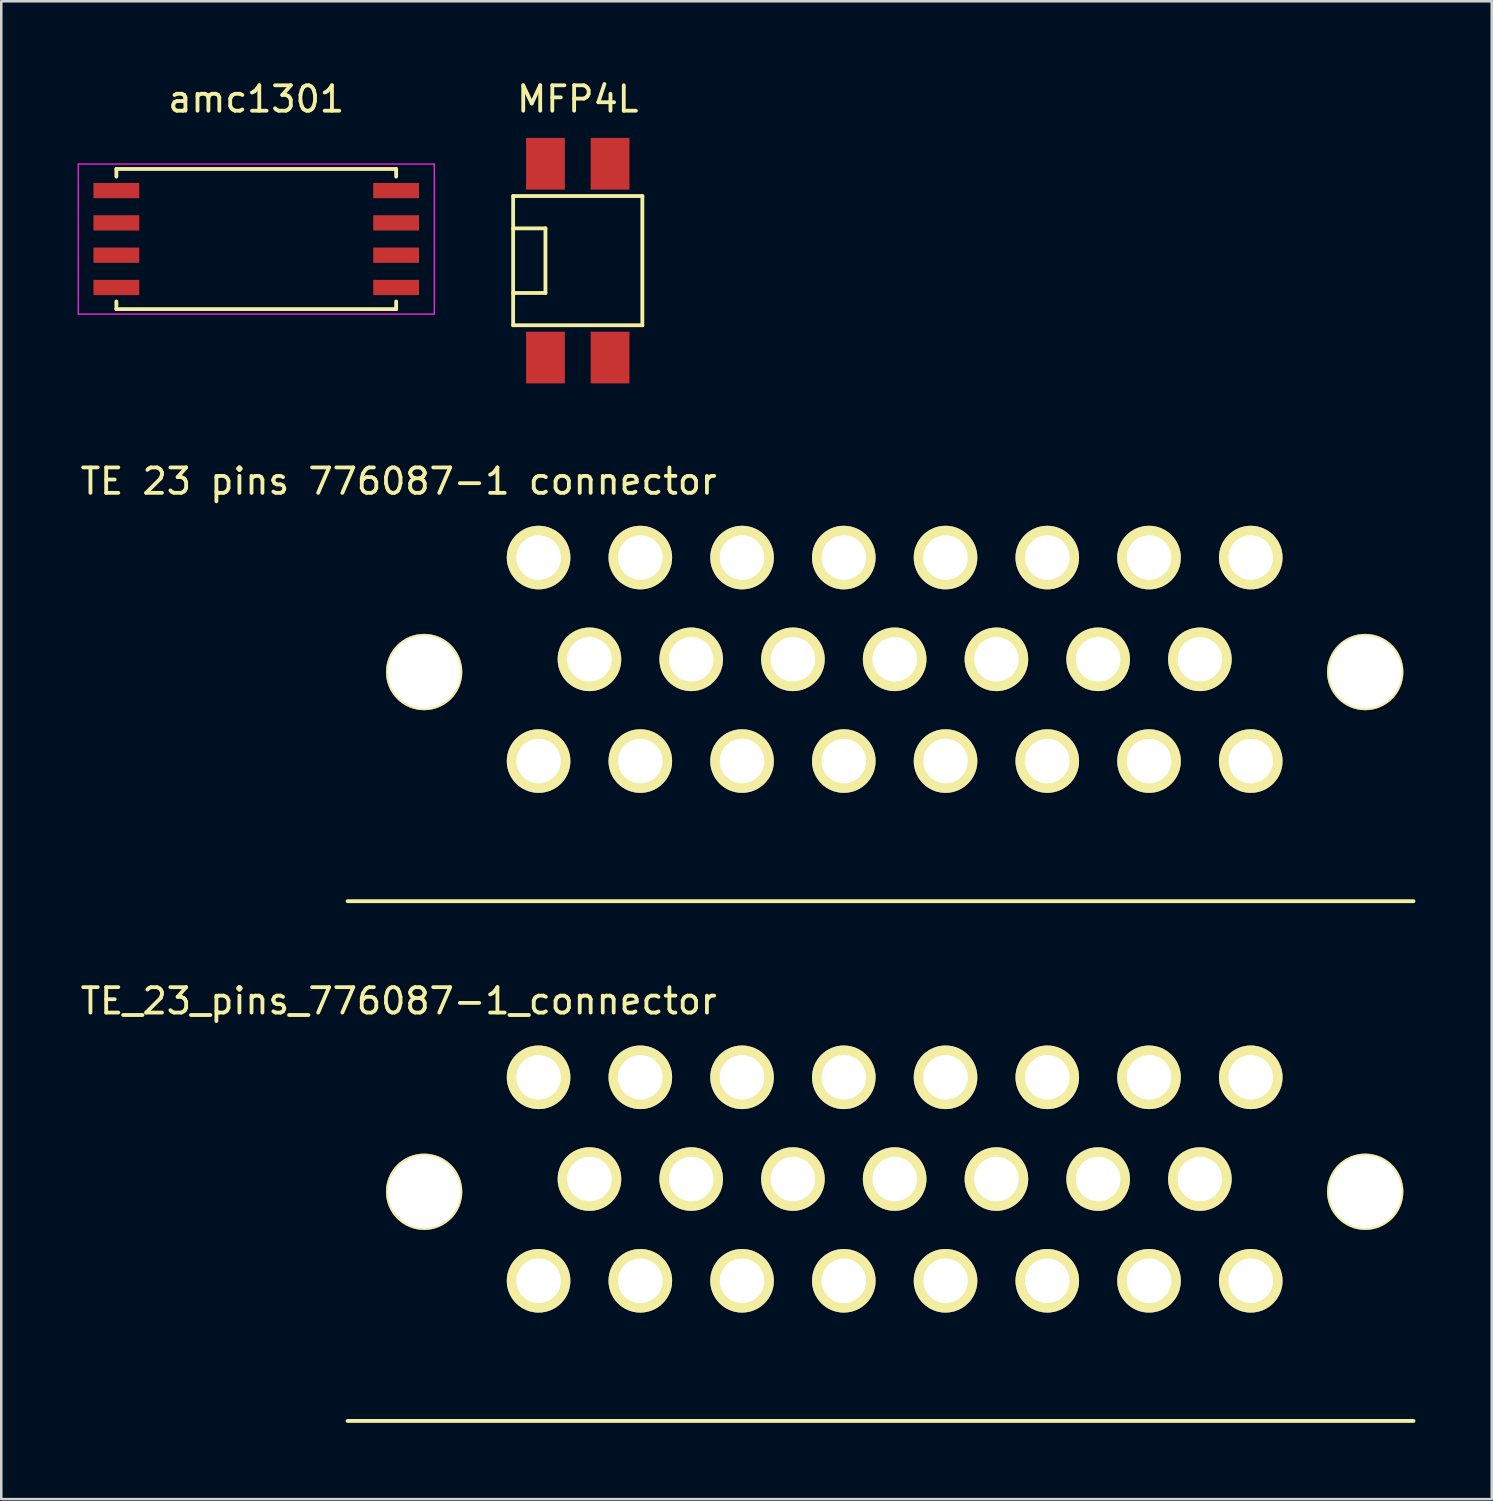
<source format=kicad_pcb>
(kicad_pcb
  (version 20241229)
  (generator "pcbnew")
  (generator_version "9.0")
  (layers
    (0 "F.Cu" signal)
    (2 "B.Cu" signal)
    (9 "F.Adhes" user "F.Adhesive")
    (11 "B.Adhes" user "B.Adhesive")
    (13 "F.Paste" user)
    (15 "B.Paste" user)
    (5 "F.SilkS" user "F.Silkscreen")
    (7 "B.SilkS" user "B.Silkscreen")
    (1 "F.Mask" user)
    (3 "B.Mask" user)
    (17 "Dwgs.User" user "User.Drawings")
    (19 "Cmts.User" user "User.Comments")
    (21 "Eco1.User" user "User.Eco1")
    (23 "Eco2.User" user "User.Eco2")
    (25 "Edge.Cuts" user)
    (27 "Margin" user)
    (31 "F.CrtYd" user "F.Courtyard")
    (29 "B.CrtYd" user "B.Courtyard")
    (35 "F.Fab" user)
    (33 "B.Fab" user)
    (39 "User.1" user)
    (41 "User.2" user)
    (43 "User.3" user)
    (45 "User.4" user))
  (footprint "amc1301"
    (layer "F.Cu")
    (at 7.025 6.348)
    (property "Reference" "amc1301" (at 0 -5.5 0) (layer "F.SilkS") (effects (font (size 1 1) (thickness 0.15))))
    (attr smd)
    (fp_line (start -5.5 -2.755) (end -5.5 -2.455) (stroke (width 0.15) (type solid)) (layer "F.SilkS"))
    (fp_line (start -5.5 -2.755) (end 5.5 -2.755) (stroke (width 0.15) (type solid)) (layer "F.SilkS"))
    (fp_line (start -5.5 2.755) (end -5.5 2.455) (stroke (width 0.15) (type solid)) (layer "F.SilkS"))
    (fp_line (start -5.5 2.755) (end 5.5 2.755) (stroke (width 0.15) (type solid)) (layer "F.SilkS"))
    (fp_line (start 5.5 -2.755) (end 5.5 -2.455) (stroke (width 0.15) (type solid)) (layer "F.SilkS"))
    (fp_line (start 5.5 2.755) (end 5.5 2.455) (stroke (width 0.15) (type solid)) (layer "F.SilkS"))
    (fp_line (start -7 -2.95) (end -7 2.95) (stroke (width 0.05) (type solid)) (layer "F.CrtYd"))
    (fp_line (start -7 -2.95) (end 7 -2.95) (stroke (width 0.05) (type solid)) (layer "F.CrtYd"))
    (fp_line (start -7 2.95) (end 7 2.95) (stroke (width 0.05) (type solid)) (layer "F.CrtYd"))
    (fp_line (start 7 -2.95) (end 7 2.95) (stroke (width 0.05) (type solid)) (layer "F.CrtYd"))
    (pad "1" smd rect (at -5.5 -1.905) (size 1.8 0.6) (layers "F.Cu" "F.Mask" "F.Paste"))
    (pad "2" smd rect (at -5.5 -0.635) (size 1.8 0.6) (layers "F.Cu" "F.Mask" "F.Paste"))
    (pad "3" smd rect (at -5.5 0.635) (size 1.8 0.6) (layers "F.Cu" "F.Mask" "F.Paste"))
    (pad "4" smd rect (at -5.5 1.905) (size 1.8 0.6) (layers "F.Cu" "F.Mask" "F.Paste"))
    (pad "5" smd rect (at 5.5 1.905) (size 1.8 0.6) (layers "F.Cu" "F.Mask" "F.Paste"))
    (pad "6" smd rect (at 5.5 0.635) (size 1.8 0.6) (layers "F.Cu" "F.Mask" "F.Paste"))
    (pad "7" smd rect (at 5.5 -0.635) (size 1.8 0.6) (layers "F.Cu" "F.Mask" "F.Paste"))
    (pad "8" smd rect (at 5.5 -1.905) (size 1.8 0.6) (layers "F.Cu" "F.Mask" "F.Paste")))
  (footprint "MFP4L"
    (layer "F.Cu")
    (at 19.665 7.198)
    (property "Reference" "MFP4L" (at 0 -6.35 0) (layer "F.SilkS") (effects (font (size 1 1) (thickness 0.15))))
    (attr smd)
    (fp_line (start -2.54 -2.54) (end -2.54 2.54) (stroke (width 0.15) (type solid)) (layer "F.SilkS"))
    (fp_line (start -2.54 -2.54) (end 2.54 -2.54) (stroke (width 0.15) (type solid)) (layer "F.SilkS"))
    (fp_line (start -2.54 -1.27) (end -1.27 -1.27) (stroke (width 0.15) (type solid)) (layer "F.SilkS"))
    (fp_line (start -1.27 -1.27) (end -1.27 1.27) (stroke (width 0.15) (type solid)) (layer "F.SilkS"))
    (fp_line (start -1.27 1.27) (end -2.54 1.27) (stroke (width 0.15) (type solid)) (layer "F.SilkS"))
    (fp_line (start 2.54 2.54) (end -2.54 2.54) (stroke (width 0.15) (type solid)) (layer "F.SilkS"))
    (fp_line (start 2.54 2.54) (end 2.54 -2.54) (stroke (width 0.15) (type solid)) (layer "F.SilkS"))
    (pad "1" smd rect (at -1.27 3.81) (size 1.524 2.032) (layers "F.Cu" "F.Mask" "F.Paste"))
    (pad "2" smd rect (at 1.27 3.81) (size 1.524 2.032) (layers "F.Cu" "F.Mask" "F.Paste"))
    (pad "3" smd rect (at 1.27 -3.81) (size 1.524 2.032) (layers "F.Cu" "F.Mask" "F.Paste"))
    (pad "4" smd rect (at -1.27 -3.81) (size 1.524 2.032) (layers "F.Cu" "F.Mask" "F.Paste")))
  (footprint "TE 23 pins 776087-1 connector"
    (layer "F.Cu")
    (at 32.125 22.872)
    (property "Reference" "TE 23 pins 776087-1 connector" (at -19.5 -7 0) (layer "F.SilkS") (effects (font (size 1 1) (thickness 0.15))))
    (attr through_hole)
    (fp_line (start -21.51 9.51) (end 20.4 9.51) (stroke (width 0.15) (type solid)) (layer "F.SilkS"))
    (pad "" np_thru_hole circle (at -18.5 0.5) (size 3 3) (drill 2.85) (layers "*.Cu" "*.Mask" "F.SilkS"))
    (pad "" np_thru_hole circle (at 18.5 0.5) (size 3 3) (drill 2.85) (layers "*.Cu" "*.Mask" "F.SilkS"))
    (pad "1" thru_hole circle (at -14 -4) (size 2.5 2.5) (drill 1.75) (layers "*.Cu" "*.Mask" "F.SilkS"))
    (pad "2" thru_hole circle (at -10 -4) (size 2.5 2.5) (drill 1.75) (layers "*.Cu" "*.Mask" "F.SilkS"))
    (pad "3" thru_hole circle (at -6 -4) (size 2.5 2.5) (drill 1.75) (layers "*.Cu" "*.Mask" "F.SilkS"))
    (pad "4" thru_hole circle (at -2 -4) (size 2.5 2.5) (drill 1.75) (layers "*.Cu" "*.Mask" "F.SilkS"))
    (pad "5" thru_hole circle (at 2 -4) (size 2.5 2.5) (drill 1.75) (layers "*.Cu" "*.Mask" "F.SilkS"))
    (pad "6" thru_hole circle (at 6 -4) (size 2.5 2.5) (drill 1.75) (layers "*.Cu" "*.Mask" "F.SilkS"))
    (pad "7" thru_hole circle (at 10 -4) (size 2.5 2.5) (drill 1.75) (layers "*.Cu" "*.Mask" "F.SilkS"))
    (pad "8" thru_hole circle (at 14 -4) (size 2.5 2.5) (drill 1.75) (layers "*.Cu" "*.Mask" "F.SilkS"))
    (pad "9" thru_hole circle (at -12 0) (size 2.5 2.5) (drill 1.75) (layers "*.Cu" "*.Mask" "F.SilkS"))
    (pad "10" thru_hole circle (at -8 0) (size 2.5 2.5) (drill 1.75) (layers "*.Cu" "*.Mask" "F.SilkS"))
    (pad "11" thru_hole circle (at -4 0) (size 2.5 2.5) (drill 1.75) (layers "*.Cu" "*.Mask" "F.SilkS"))
    (pad "12" thru_hole circle (at 0 0) (size 2.5 2.5) (drill 1.75) (layers "*.Cu" "*.Mask" "F.SilkS"))
    (pad "13" thru_hole circle (at 4 0) (size 2.5 2.5) (drill 1.75) (layers "*.Cu" "*.Mask" "F.SilkS"))
    (pad "14" thru_hole circle (at 8 0) (size 2.5 2.5) (drill 1.75) (layers "*.Cu" "*.Mask" "F.SilkS"))
    (pad "15" thru_hole circle (at 12 0) (size 2.5 2.5) (drill 1.75) (layers "*.Cu" "*.Mask" "F.SilkS"))
    (pad "16" thru_hole circle (at -14 4) (size 2.5 2.5) (drill 1.75) (layers "*.Cu" "*.Mask" "F.SilkS"))
    (pad "17" thru_hole circle (at -10 4) (size 2.5 2.5) (drill 1.75) (layers "*.Cu" "*.Mask" "F.SilkS"))
    (pad "18" thru_hole circle (at -6 4) (size 2.5 2.5) (drill 1.75) (layers "*.Cu" "*.Mask" "F.SilkS"))
    (pad "19" thru_hole circle (at -2 4) (size 2.5 2.5) (drill 1.75) (layers "*.Cu" "*.Mask" "F.SilkS"))
    (pad "20" thru_hole circle (at 2 4) (size 2.5 2.5) (drill 1.75) (layers "*.Cu" "*.Mask" "F.SilkS"))
    (pad "21" thru_hole circle (at 6 4) (size 2.5 2.5) (drill 1.75) (layers "*.Cu" "*.Mask" "F.SilkS"))
    (pad "22" thru_hole circle (at 10 4) (size 2.5 2.5) (drill 1.75) (layers "*.Cu" "*.Mask" "F.SilkS"))
    (pad "23" thru_hole circle (at 14 4) (size 2.5 2.5) (drill 1.75) (layers "*.Cu" "*.Mask" "F.SilkS")))
  (footprint "TE_23_pins_776087-1_connector"
    (layer "F.Cu")
    (at 32.125 43.306)
    (property "Reference" "TE_23_pins_776087-1_connector" (at -19.5 -7 0) (layer "F.SilkS") (effects (font (size 1 1) (thickness 0.15))))
    (attr through_hole)
    (fp_line (start -21.51 9.51) (end 20.4 9.51) (stroke (width 0.15) (type solid)) (layer "F.SilkS"))
    (pad "" np_thru_hole circle (at -18.5 0.5) (size 3 3) (drill 2.85) (layers "*.Cu" "*.Mask" "F.SilkS"))
    (pad "" np_thru_hole circle (at 18.5 0.5) (size 3 3) (drill 2.85) (layers "*.Cu" "*.Mask" "F.SilkS"))
    (pad "1" thru_hole circle (at -14 -4) (size 2.5 2.5) (drill 1.75) (layers "*.Cu" "*.Mask" "F.SilkS"))
    (pad "2" thru_hole circle (at -10 -4) (size 2.5 2.5) (drill 1.75) (layers "*.Cu" "*.Mask" "F.SilkS"))
    (pad "3" thru_hole circle (at -6 -4) (size 2.5 2.5) (drill 1.75) (layers "*.Cu" "*.Mask" "F.SilkS"))
    (pad "4" thru_hole circle (at -2 -4) (size 2.5 2.5) (drill 1.75) (layers "*.Cu" "*.Mask" "F.SilkS"))
    (pad "5" thru_hole circle (at 2 -4) (size 2.5 2.5) (drill 1.75) (layers "*.Cu" "*.Mask" "F.SilkS"))
    (pad "6" thru_hole circle (at 6 -4) (size 2.5 2.5) (drill 1.75) (layers "*.Cu" "*.Mask" "F.SilkS"))
    (pad "7" thru_hole circle (at 10 -4) (size 2.5 2.5) (drill 1.75) (layers "*.Cu" "*.Mask" "F.SilkS"))
    (pad "8" thru_hole circle (at 14 -4) (size 2.5 2.5) (drill 1.75) (layers "*.Cu" "*.Mask" "F.SilkS"))
    (pad "9" thru_hole circle (at -12 0) (size 2.5 2.5) (drill 1.75) (layers "*.Cu" "*.Mask" "F.SilkS"))
    (pad "10" thru_hole circle (at -8 0) (size 2.5 2.5) (drill 1.75) (layers "*.Cu" "*.Mask" "F.SilkS"))
    (pad "11" thru_hole circle (at -4 0) (size 2.5 2.5) (drill 1.75) (layers "*.Cu" "*.Mask" "F.SilkS"))
    (pad "12" thru_hole circle (at 0 0) (size 2.5 2.5) (drill 1.75) (layers "*.Cu" "*.Mask" "F.SilkS"))
    (pad "13" thru_hole circle (at 4 0) (size 2.5 2.5) (drill 1.75) (layers "*.Cu" "*.Mask" "F.SilkS"))
    (pad "14" thru_hole circle (at 8 0) (size 2.5 2.5) (drill 1.75) (layers "*.Cu" "*.Mask" "F.SilkS"))
    (pad "15" thru_hole circle (at 12 0) (size 2.5 2.5) (drill 1.75) (layers "*.Cu" "*.Mask" "F.SilkS"))
    (pad "16" thru_hole circle (at -14 4) (size 2.5 2.5) (drill 1.75) (layers "*.Cu" "*.Mask" "F.SilkS"))
    (pad "17" thru_hole circle (at -10 4) (size 2.5 2.5) (drill 1.75) (layers "*.Cu" "*.Mask" "F.SilkS"))
    (pad "18" thru_hole circle (at -6 4) (size 2.5 2.5) (drill 1.75) (layers "*.Cu" "*.Mask" "F.SilkS"))
    (pad "19" thru_hole circle (at -2 4) (size 2.5 2.5) (drill 1.75) (layers "*.Cu" "*.Mask" "F.SilkS"))
    (pad "20" thru_hole circle (at 2 4) (size 2.5 2.5) (drill 1.75) (layers "*.Cu" "*.Mask" "F.SilkS"))
    (pad "21" thru_hole circle (at 6 4) (size 2.5 2.5) (drill 1.75) (layers "*.Cu" "*.Mask" "F.SilkS"))
    (pad "22" thru_hole circle (at 10 4) (size 2.5 2.5) (drill 1.75) (layers "*.Cu" "*.Mask" "F.SilkS"))
    (pad "23" thru_hole circle (at 14 4) (size 2.5 2.5) (drill 1.75) (layers "*.Cu" "*.Mask" "F.SilkS")))
  (gr_rect
    (start -3 -3)
    (end 55.6 55.891)
    (stroke (width 0.1) (type default))
    (fill no)
    (layer "Edge.Cuts")))
</source>
